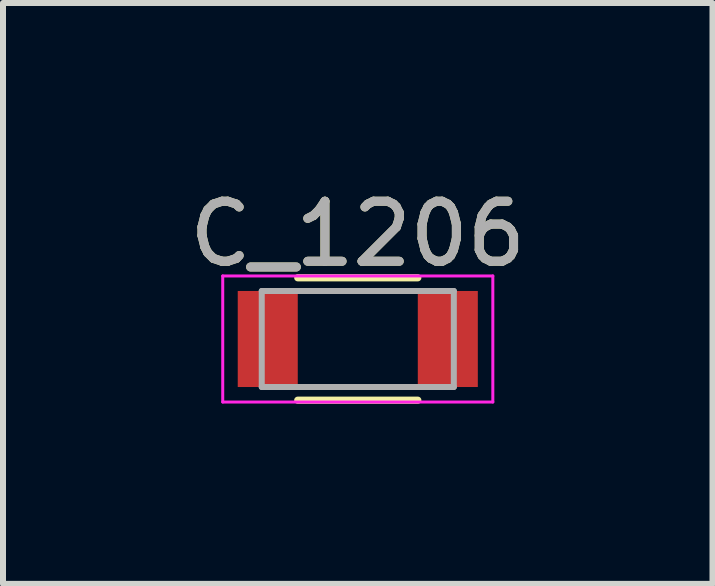
<source format=kicad_pcb>
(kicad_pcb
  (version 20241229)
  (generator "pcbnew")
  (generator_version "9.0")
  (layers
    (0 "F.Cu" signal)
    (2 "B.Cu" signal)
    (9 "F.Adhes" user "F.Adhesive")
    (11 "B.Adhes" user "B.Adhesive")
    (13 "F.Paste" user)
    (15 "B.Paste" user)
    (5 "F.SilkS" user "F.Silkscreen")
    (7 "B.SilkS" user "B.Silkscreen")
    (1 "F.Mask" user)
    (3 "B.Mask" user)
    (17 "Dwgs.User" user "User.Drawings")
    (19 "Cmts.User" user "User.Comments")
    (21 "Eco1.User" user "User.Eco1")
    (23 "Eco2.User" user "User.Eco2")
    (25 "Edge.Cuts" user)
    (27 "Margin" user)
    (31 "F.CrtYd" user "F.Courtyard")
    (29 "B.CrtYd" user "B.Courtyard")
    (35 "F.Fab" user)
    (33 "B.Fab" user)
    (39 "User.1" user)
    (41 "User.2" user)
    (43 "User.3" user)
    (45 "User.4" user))
  (footprint "C_1206"
    (layer "F.Cu")
    (at 2.911 2.598)
    (property "Reference" "C_1206" (at 0 -1.75 0) (layer "F.SilkS") (effects (font (size 1 1) (thickness 0.15))))
    (attr smd)
    (fp_line (start -1 1.02) (end 1 1.02) (stroke (width 0.12) (type solid)) (layer "F.SilkS"))
    (fp_line (start 1 -1.02) (end -1 -1.02) (stroke (width 0.12) (type solid)) (layer "F.SilkS"))
    (fp_line (start -2.25 -1.05) (end -2.25 1.05) (stroke (width 0.05) (type solid)) (layer "F.CrtYd"))
    (fp_line (start -2.25 -1.05) (end 2.25 -1.05) (stroke (width 0.05) (type solid)) (layer "F.CrtYd"))
    (fp_line (start 2.25 1.05) (end -2.25 1.05) (stroke (width 0.05) (type solid)) (layer "F.CrtYd"))
    (fp_line (start 2.25 1.05) (end 2.25 -1.05) (stroke (width 0.05) (type solid)) (layer "F.CrtYd"))
    (fp_line (start -1.6 -0.8) (end 1.6 -0.8) (stroke (width 0.1) (type solid)) (layer "F.Fab"))
    (fp_line (start -1.6 0.8) (end -1.6 -0.8) (stroke (width 0.1) (type solid)) (layer "F.Fab"))
    (fp_line (start 1.6 -0.8) (end 1.6 0.8) (stroke (width 0.1) (type solid)) (layer "F.Fab"))
    (fp_line (start 1.6 0.8) (end -1.6 0.8) (stroke (width 0.1) (type solid)) (layer "F.Fab"))
    (fp_text user "${REFERENCE}" (at 0 -1.75 0) (layer "F.Fab") (effects (font (size 1 1) (thickness 0.15))))
    (pad "1" smd rect (at -1.5 0) (size 1 1.6) (layers "F.Cu" "F.Mask" "F.Paste"))
    (pad "2" smd rect (at 1.5 0) (size 1 1.6) (layers "F.Cu" "F.Mask" "F.Paste")))
  (gr_rect
    (start -3 -3)
    (end 8.821 6.678)
    (stroke (width 0.1) (type default))
    (fill no)
    (layer "Edge.Cuts")))
</source>
